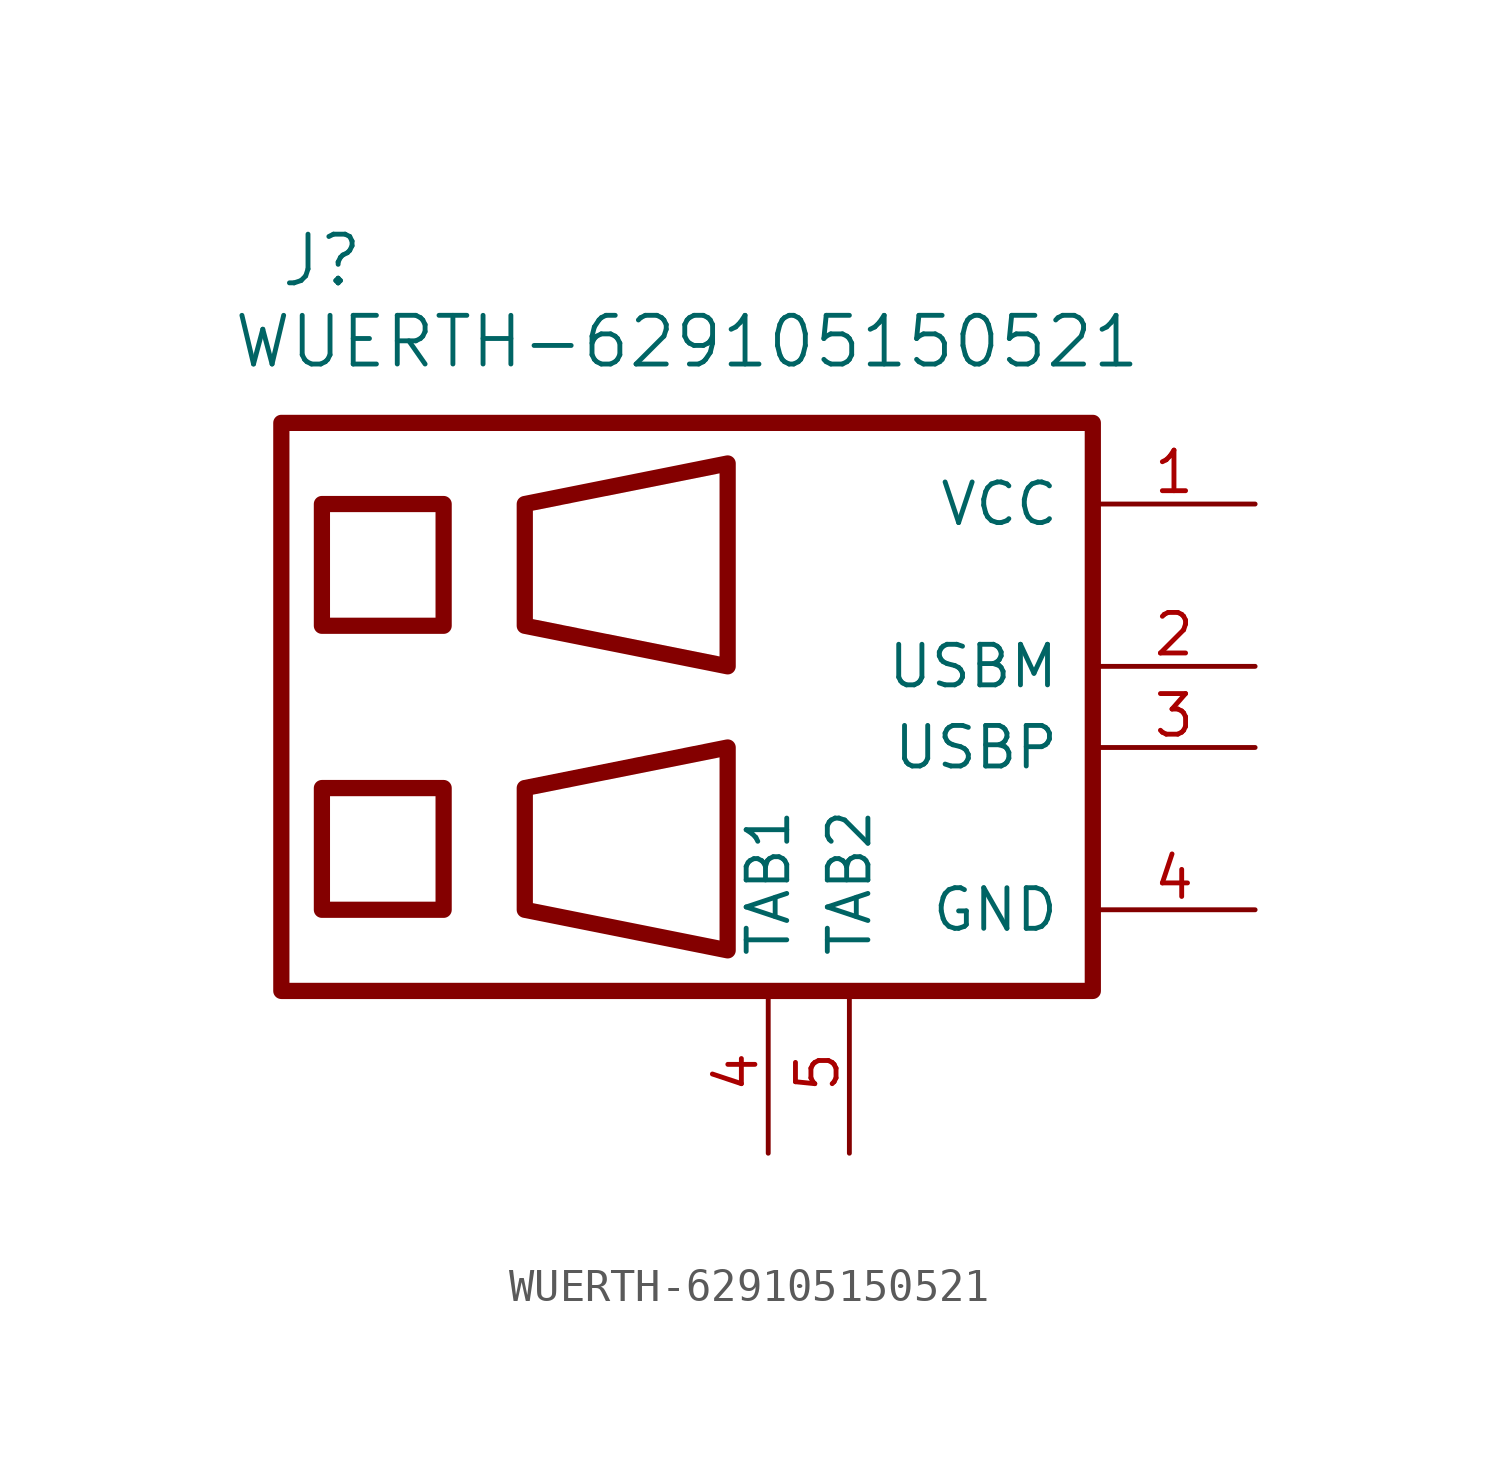
<source format=kicad_sym>
(kicad_symbol_lib
  (version 20211014)
  (generator kicad_symbol_editor)
  (symbol "WUERTH-629105150521"
    (pin_names
      (offset 1.016))
    (property "Reference" "J"
      (at -11.43 13.97 0)
      (effects (font (size 1.524 1.524))))
    (property "Value" "WUERTH-629105150521"
      (at 0 11.43 0)
      (effects (font (size 1.524 1.524))))
    (symbol "WUERTH-629105150521_0_1"
      (polyline (pts (xy -7.62 -2.54) (xy -7.62 -6.35) (xy -11.43 -6.35) (xy -11.43 -2.54) (xy -7.62 -2.54)) (stroke (width 0.508) (type default)) (fill (type none)))
      (polyline (pts (xy -7.62 6.35) (xy -7.62 2.54) (xy -11.43 2.54) (xy -11.43 6.35) (xy -7.62 6.35)) (stroke (width 0.508) (type default)) (fill (type none)))
      (polyline (pts (xy 1.27 -1.27) (xy 1.27 -7.62) (xy -5.08 -6.35) (xy -5.08 -2.54) (xy 1.27 -1.27)) (stroke (width 0.508) (type default)) (fill (type none)))
      (polyline (pts (xy 1.27 7.62) (xy 1.27 1.27) (xy -5.08 2.54) (xy -5.08 6.35) (xy 1.27 7.62)) (stroke (width 0.508) (type default)) (fill (type none)))
      (rectangle (start 12.7 -8.89) (end -12.7 8.89) (stroke (width 0.508) (type default)) (fill (type none))))
    (symbol "WUERTH-629105150521_1_1"
      (pin power_out line (at 17.78 6.35 180) (length 5.08) (name "VCC" (effects (font (size 1.27 1.27)))) (number "1" (effects (font (size 1.27 1.27)))))
      (pin bidirectional line (at 17.78 1.27 180) (length 5.08) (name "USBM" (effects (font (size 1.27 1.27)))) (number "2" (effects (font (size 1.27 1.27)))))
      (pin bidirectional line (at 17.78 -1.27 180) (length 5.08) (name "USBP" (effects (font (size 1.27 1.27)))) (number "3" (effects (font (size 1.27 1.27)))))
      (pin power_in line (at 17.78 -6.35 180) (length 5.08) (name "GND" (effects (font (size 1.27 1.27)))) (number "4" (effects (font (size 1.27 1.27)))))
      (pin passive line (at 2.54 -13.97 90) (length 5.08) (name "TAB1" (effects (font (size 1.27 1.27)))) (number "4" (effects (font (size 1.27 1.27)))))
      (pin passive line (at 5.08 -13.97 90) (length 5.08) (name "TAB2" (effects (font (size 1.27 1.27)))) (number "5" (effects (font (size 1.27 1.27))))))))
</source>
